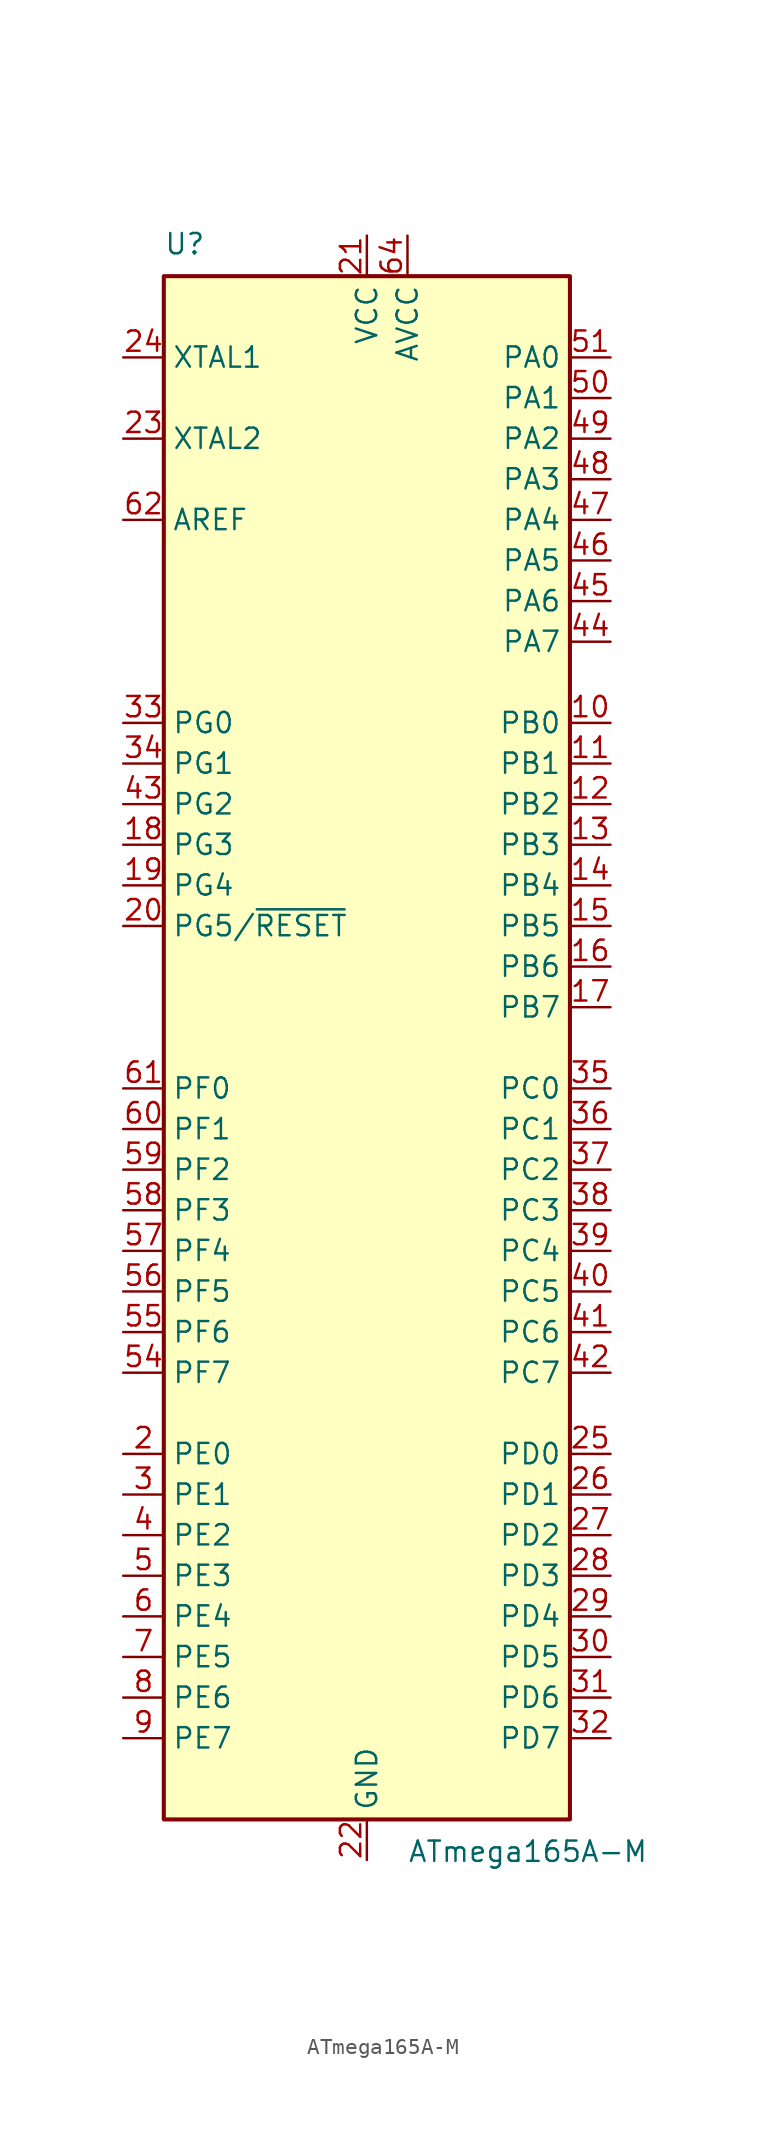
<source format=kicad_sym>
(kicad_symbol_lib
  (version 20241209)
  (generator "kicad_symbol_editor")
  (generator_version "9.0")
  (symbol "ATmega165A-M"
    (property "Reference" "U"
      (at -12.7 49.53 0)
      (effects (font (size 1.27 1.27)) (justify left bottom)))
    (property "Value" "ATmega165A-M"
      (at 2.54 -49.53 0)
      (effects (font (size 1.27 1.27)) (justify left top)))
    (symbol "ATmega165A-M_0_1"
      (rectangle (start -12.7 -48.26) (end 12.7 48.26) (stroke (width 0.254) (type default)) (fill (type background))))
    (symbol "ATmega165A-M_1_1"
      (pin input line (at -15.24 43.18 0) (length 2.54) (name "XTAL1" (effects (font (size 1.27 1.27)))) (number "24" (effects (font (size 1.27 1.27)))))
      (pin output line (at -15.24 38.1 0) (length 2.54) (name "XTAL2" (effects (font (size 1.27 1.27)))) (number "23" (effects (font (size 1.27 1.27)))))
      (pin passive line (at -15.24 33.02 0) (length 2.54) (name "AREF" (effects (font (size 1.27 1.27)))) (number "62" (effects (font (size 1.27 1.27)))))
      (pin bidirectional line (at -15.24 20.32 0) (length 2.54) (name "PG0" (effects (font (size 1.27 1.27)))) (number "33" (effects (font (size 1.27 1.27)))))
      (pin bidirectional line (at -15.24 17.78 0) (length 2.54) (name "PG1" (effects (font (size 1.27 1.27)))) (number "34" (effects (font (size 1.27 1.27)))))
      (pin bidirectional line (at -15.24 15.24 0) (length 2.54) (name "PG2" (effects (font (size 1.27 1.27)))) (number "43" (effects (font (size 1.27 1.27)))))
      (pin bidirectional line (at -15.24 12.7 0) (length 2.54) (name "PG3" (effects (font (size 1.27 1.27)))) (number "18" (effects (font (size 1.27 1.27)))))
      (pin bidirectional line (at -15.24 10.16 0) (length 2.54) (name "PG4" (effects (font (size 1.27 1.27)))) (number "19" (effects (font (size 1.27 1.27)))))
      (pin bidirectional line (at -15.24 7.62 0) (length 2.54) (name "PG5/~{RESET}" (effects (font (size 1.27 1.27)))) (number "20" (effects (font (size 1.27 1.27)))))
      (pin bidirectional line (at -15.24 -2.54 0) (length 2.54) (name "PF0" (effects (font (size 1.27 1.27)))) (number "61" (effects (font (size 1.27 1.27)))))
      (pin bidirectional line (at -15.24 -5.08 0) (length 2.54) (name "PF1" (effects (font (size 1.27 1.27)))) (number "60" (effects (font (size 1.27 1.27)))))
      (pin bidirectional line (at -15.24 -7.62 0) (length 2.54) (name "PF2" (effects (font (size 1.27 1.27)))) (number "59" (effects (font (size 1.27 1.27)))))
      (pin bidirectional line (at -15.24 -10.16 0) (length 2.54) (name "PF3" (effects (font (size 1.27 1.27)))) (number "58" (effects (font (size 1.27 1.27)))))
      (pin bidirectional line (at -15.24 -12.7 0) (length 2.54) (name "PF4" (effects (font (size 1.27 1.27)))) (number "57" (effects (font (size 1.27 1.27)))))
      (pin bidirectional line (at -15.24 -15.24 0) (length 2.54) (name "PF5" (effects (font (size 1.27 1.27)))) (number "56" (effects (font (size 1.27 1.27)))))
      (pin bidirectional line (at -15.24 -17.78 0) (length 2.54) (name "PF6" (effects (font (size 1.27 1.27)))) (number "55" (effects (font (size 1.27 1.27)))))
      (pin bidirectional line (at -15.24 -20.32 0) (length 2.54) (name "PF7" (effects (font (size 1.27 1.27)))) (number "54" (effects (font (size 1.27 1.27)))))
      (pin bidirectional line (at -15.24 -25.4 0) (length 2.54) (name "PE0" (effects (font (size 1.27 1.27)))) (number "2" (effects (font (size 1.27 1.27)))))
      (pin bidirectional line (at -15.24 -27.94 0) (length 2.54) (name "PE1" (effects (font (size 1.27 1.27)))) (number "3" (effects (font (size 1.27 1.27)))))
      (pin bidirectional line (at -15.24 -30.48 0) (length 2.54) (name "PE2" (effects (font (size 1.27 1.27)))) (number "4" (effects (font (size 1.27 1.27)))))
      (pin bidirectional line (at -15.24 -33.02 0) (length 2.54) (name "PE3" (effects (font (size 1.27 1.27)))) (number "5" (effects (font (size 1.27 1.27)))))
      (pin bidirectional line (at -15.24 -35.56 0) (length 2.54) (name "PE4" (effects (font (size 1.27 1.27)))) (number "6" (effects (font (size 1.27 1.27)))))
      (pin bidirectional line (at -15.24 -38.1 0) (length 2.54) (name "PE5" (effects (font (size 1.27 1.27)))) (number "7" (effects (font (size 1.27 1.27)))))
      (pin bidirectional line (at -15.24 -40.64 0) (length 2.54) (name "PE6" (effects (font (size 1.27 1.27)))) (number "8" (effects (font (size 1.27 1.27)))))
      (pin bidirectional line (at -15.24 -43.18 0) (length 2.54) (name "PE7" (effects (font (size 1.27 1.27)))) (number "9" (effects (font (size 1.27 1.27)))))
      (pin no_connect line (at -12.7 -45.72 0) (length 2.54) (hide yes) (name "NC" (effects (font (size 1.27 1.27)))) (number "1" (effects (font (size 1.27 1.27)))))
      (pin power_in line (at 0 50.8 270) (length 2.54) (name "VCC" (effects (font (size 1.27 1.27)))) (number "21" (effects (font (size 1.27 1.27)))))
      (pin passive line (at 0 50.8 270) (length 2.54) (hide yes) (name "VCC" (effects (font (size 1.27 1.27)))) (number "52" (effects (font (size 1.27 1.27)))))
      (pin power_in line (at 0 -50.8 90) (length 2.54) (name "GND" (effects (font (size 1.27 1.27)))) (number "22" (effects (font (size 1.27 1.27)))))
      (pin passive line (at 0 -50.8 90) (length 2.54) (hide yes) (name "GND" (effects (font (size 1.27 1.27)))) (number "53" (effects (font (size 1.27 1.27)))))
      (pin passive line (at 0 -50.8 90) (length 2.54) (hide yes) (name "GND" (effects (font (size 1.27 1.27)))) (number "63" (effects (font (size 1.27 1.27)))))
      (pin passive line (at 0 -50.8 90) (length 2.54) (hide yes) (name "GND" (effects (font (size 1.27 1.27)))) (number "65" (effects (font (size 1.27 1.27)))))
      (pin power_in line (at 2.54 50.8 270) (length 2.54) (name "AVCC" (effects (font (size 1.27 1.27)))) (number "64" (effects (font (size 1.27 1.27)))))
      (pin bidirectional line (at 15.24 43.18 180) (length 2.54) (name "PA0" (effects (font (size 1.27 1.27)))) (number "51" (effects (font (size 1.27 1.27)))))
      (pin bidirectional line (at 15.24 40.64 180) (length 2.54) (name "PA1" (effects (font (size 1.27 1.27)))) (number "50" (effects (font (size 1.27 1.27)))))
      (pin bidirectional line (at 15.24 38.1 180) (length 2.54) (name "PA2" (effects (font (size 1.27 1.27)))) (number "49" (effects (font (size 1.27 1.27)))))
      (pin bidirectional line (at 15.24 35.56 180) (length 2.54) (name "PA3" (effects (font (size 1.27 1.27)))) (number "48" (effects (font (size 1.27 1.27)))))
      (pin bidirectional line (at 15.24 33.02 180) (length 2.54) (name "PA4" (effects (font (size 1.27 1.27)))) (number "47" (effects (font (size 1.27 1.27)))))
      (pin bidirectional line (at 15.24 30.48 180) (length 2.54) (name "PA5" (effects (font (size 1.27 1.27)))) (number "46" (effects (font (size 1.27 1.27)))))
      (pin bidirectional line (at 15.24 27.94 180) (length 2.54) (name "PA6" (effects (font (size 1.27 1.27)))) (number "45" (effects (font (size 1.27 1.27)))))
      (pin bidirectional line (at 15.24 25.4 180) (length 2.54) (name "PA7" (effects (font (size 1.27 1.27)))) (number "44" (effects (font (size 1.27 1.27)))))
      (pin bidirectional line (at 15.24 20.32 180) (length 2.54) (name "PB0" (effects (font (size 1.27 1.27)))) (number "10" (effects (font (size 1.27 1.27)))))
      (pin bidirectional line (at 15.24 17.78 180) (length 2.54) (name "PB1" (effects (font (size 1.27 1.27)))) (number "11" (effects (font (size 1.27 1.27)))))
      (pin bidirectional line (at 15.24 15.24 180) (length 2.54) (name "PB2" (effects (font (size 1.27 1.27)))) (number "12" (effects (font (size 1.27 1.27)))))
      (pin bidirectional line (at 15.24 12.7 180) (length 2.54) (name "PB3" (effects (font (size 1.27 1.27)))) (number "13" (effects (font (size 1.27 1.27)))))
      (pin bidirectional line (at 15.24 10.16 180) (length 2.54) (name "PB4" (effects (font (size 1.27 1.27)))) (number "14" (effects (font (size 1.27 1.27)))))
      (pin bidirectional line (at 15.24 7.62 180) (length 2.54) (name "PB5" (effects (font (size 1.27 1.27)))) (number "15" (effects (font (size 1.27 1.27)))))
      (pin bidirectional line (at 15.24 5.08 180) (length 2.54) (name "PB6" (effects (font (size 1.27 1.27)))) (number "16" (effects (font (size 1.27 1.27)))))
      (pin bidirectional line (at 15.24 2.54 180) (length 2.54) (name "PB7" (effects (font (size 1.27 1.27)))) (number "17" (effects (font (size 1.27 1.27)))))
      (pin bidirectional line (at 15.24 -2.54 180) (length 2.54) (name "PC0" (effects (font (size 1.27 1.27)))) (number "35" (effects (font (size 1.27 1.27)))))
      (pin bidirectional line (at 15.24 -5.08 180) (length 2.54) (name "PC1" (effects (font (size 1.27 1.27)))) (number "36" (effects (font (size 1.27 1.27)))))
      (pin bidirectional line (at 15.24 -7.62 180) (length 2.54) (name "PC2" (effects (font (size 1.27 1.27)))) (number "37" (effects (font (size 1.27 1.27)))))
      (pin bidirectional line (at 15.24 -10.16 180) (length 2.54) (name "PC3" (effects (font (size 1.27 1.27)))) (number "38" (effects (font (size 1.27 1.27)))))
      (pin bidirectional line (at 15.24 -12.7 180) (length 2.54) (name "PC4" (effects (font (size 1.27 1.27)))) (number "39" (effects (font (size 1.27 1.27)))))
      (pin bidirectional line (at 15.24 -15.24 180) (length 2.54) (name "PC5" (effects (font (size 1.27 1.27)))) (number "40" (effects (font (size 1.27 1.27)))))
      (pin bidirectional line (at 15.24 -17.78 180) (length 2.54) (name "PC6" (effects (font (size 1.27 1.27)))) (number "41" (effects (font (size 1.27 1.27)))))
      (pin bidirectional line (at 15.24 -20.32 180) (length 2.54) (name "PC7" (effects (font (size 1.27 1.27)))) (number "42" (effects (font (size 1.27 1.27)))))
      (pin bidirectional line (at 15.24 -25.4 180) (length 2.54) (name "PD0" (effects (font (size 1.27 1.27)))) (number "25" (effects (font (size 1.27 1.27)))))
      (pin bidirectional line (at 15.24 -27.94 180) (length 2.54) (name "PD1" (effects (font (size 1.27 1.27)))) (number "26" (effects (font (size 1.27 1.27)))))
      (pin bidirectional line (at 15.24 -30.48 180) (length 2.54) (name "PD2" (effects (font (size 1.27 1.27)))) (number "27" (effects (font (size 1.27 1.27)))))
      (pin bidirectional line (at 15.24 -33.02 180) (length 2.54) (name "PD3" (effects (font (size 1.27 1.27)))) (number "28" (effects (font (size 1.27 1.27)))))
      (pin bidirectional line (at 15.24 -35.56 180) (length 2.54) (name "PD4" (effects (font (size 1.27 1.27)))) (number "29" (effects (font (size 1.27 1.27)))))
      (pin bidirectional line (at 15.24 -38.1 180) (length 2.54) (name "PD5" (effects (font (size 1.27 1.27)))) (number "30" (effects (font (size 1.27 1.27)))))
      (pin bidirectional line (at 15.24 -40.64 180) (length 2.54) (name "PD6" (effects (font (size 1.27 1.27)))) (number "31" (effects (font (size 1.27 1.27)))))
      (pin bidirectional line (at 15.24 -43.18 180) (length 2.54) (name "PD7" (effects (font (size 1.27 1.27)))) (number "32" (effects (font (size 1.27 1.27))))))))
</source>
